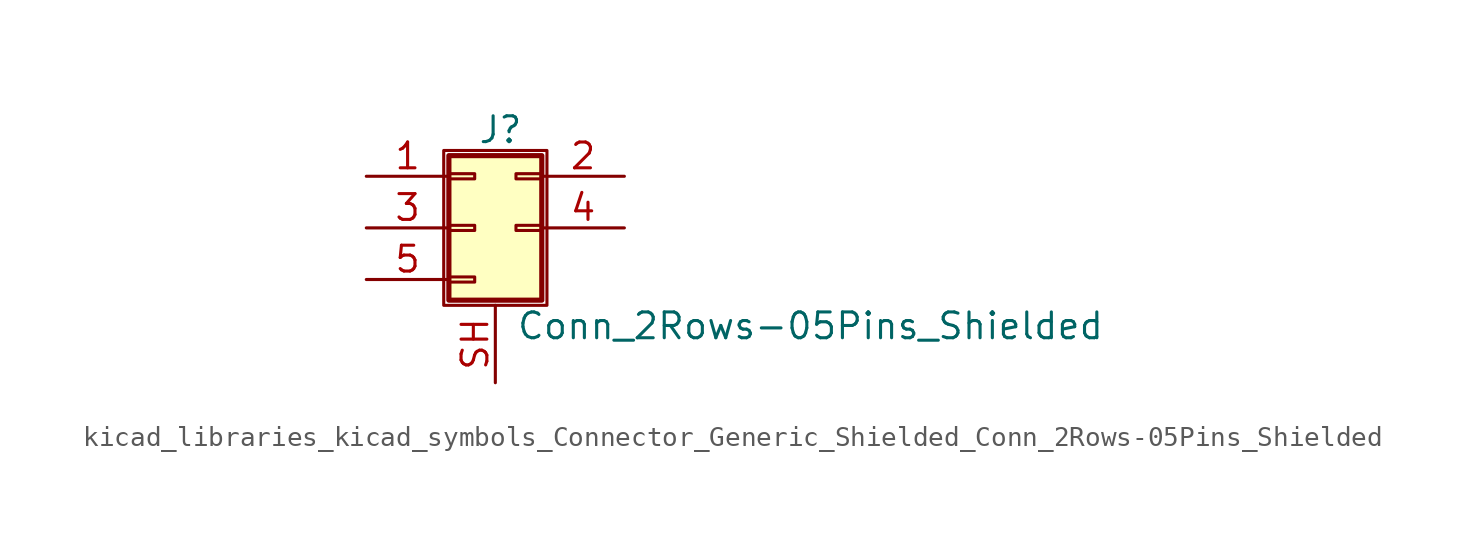
<source format=kicad_sym>
(kicad_symbol_lib
  (version 20220914)
  (generator kicad_symbol_editor)
  (symbol "kicad_libraries_kicad_symbols_Connector_Generic_Shielded_Conn_2Rows-05Pins_Shielded"
    (pin_names
      (offset 1.016) hide)
    (property "Reference" "J"
      (at 1.524 4.826 0)
      (effects (font (size 1.27 1.27))))
    (property "Value" "Conn_2Rows-05Pins_Shielded"
      (at 2.286 -4.826 0)
      (effects (font (size 1.27 1.27)) (justify left)))
    (symbol "kicad_libraries_kicad_symbols_Connector_Generic_Shielded_Conn_2Rows-05Pins_Shielded_1_1"
      (rectangle (start -1.27 3.81) (end 3.81 -3.81) (stroke (width 0.152) (type default)) (fill (type none)))
      (rectangle (start -1.016 -2.413) (end 0.254 -2.667) (stroke (width 0.152) (type default)) (fill (type none)))
      (rectangle (start -1.016 0.127) (end 0.254 -0.127) (stroke (width 0.152) (type default)) (fill (type none)))
      (rectangle (start -1.016 2.667) (end 0.254 2.413) (stroke (width 0.152) (type default)) (fill (type none)))
      (rectangle (start -1.016 3.556) (end 3.556 -3.556) (stroke (width 0.254) (type default)) (fill (type background)))
      (rectangle (start 3.556 0.127) (end 2.286 -0.127) (stroke (width 0.152) (type default)) (fill (type none)))
      (rectangle (start 3.556 2.667) (end 2.286 2.413) (stroke (width 0.152) (type default)) (fill (type none)))
      (pin passive line (at -5.08 2.54 0) (length 4.064) (name "Pin_1" (effects (font (size 1.27 1.27)))) (number "1" (effects (font (size 1.27 1.27)))))
      (pin passive line (at 7.62 2.54 180) (length 4.064) (name "Pin_2" (effects (font (size 1.27 1.27)))) (number "2" (effects (font (size 1.27 1.27)))))
      (pin passive line (at -5.08 0 0) (length 4.064) (name "Pin_3" (effects (font (size 1.27 1.27)))) (number "3" (effects (font (size 1.27 1.27)))))
      (pin passive line (at 7.62 0 180) (length 4.064) (name "Pin_4" (effects (font (size 1.27 1.27)))) (number "4" (effects (font (size 1.27 1.27)))))
      (pin passive line (at -5.08 -2.54 0) (length 4.064) (name "Pin_5" (effects (font (size 1.27 1.27)))) (number "5" (effects (font (size 1.27 1.27)))))
      (pin passive line (at 1.27 -7.62 90) (length 3.81) (name "Shield" (effects (font (size 1.27 1.27)))) (number "SH" (effects (font (size 1.27 1.27))))))))
</source>
